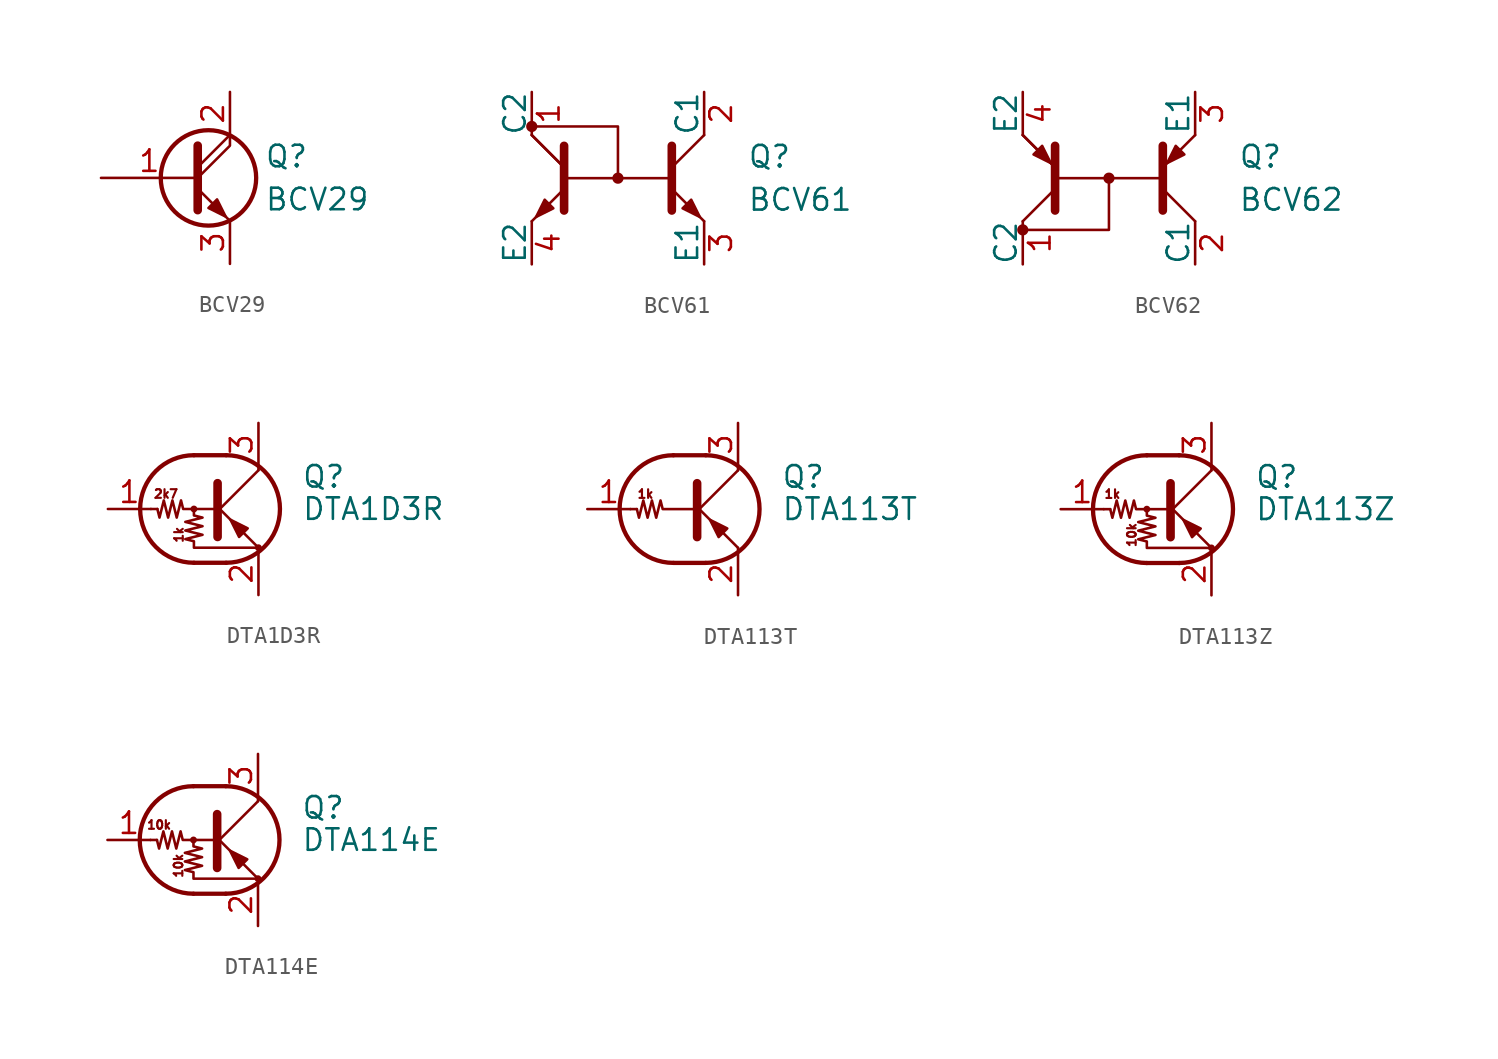
<source format=kicad_sym>
(kicad_symbol_lib
  (version 20201005)
  (generator kicad_symbol_editor)
  (symbol "BCV29"
    (pin_names
      (offset 0) hide)
    (property "Reference" "Q"
      (at 4.572 1.27 0)
      (effects (font (size 1.27 1.27)) (justify left)))
    (property "Value" "BCV29"
      (at 4.572 -1.27 0)
      (effects (font (size 1.27 1.27)) (justify left)))
    (symbol "BCV29_0_1"
      (circle (center 1.27 0) (radius 2.819) (stroke (width 0.254)) (fill (type none)))
      (polyline (pts (xy 0.635 0.635) (xy 2.54 2.54)) (stroke (width 0)) (fill (type none)))
      (polyline (pts (xy 0.635 -0.635) (xy 2.54 -2.54) (xy 2.54 -2.54)) (stroke (width 0)) (fill (type none)))
      (polyline (pts (xy 0.635 0) (xy 2.54 1.905) (xy 2.54 2.54)) (stroke (width 0)) (fill (type none)))
      (polyline (pts (xy 0.635 1.905) (xy 0.635 -1.905) (xy 0.635 -1.905)) (stroke (width 0.508)) (fill (type none)))
      (polyline (pts (xy 1.27 -1.778) (xy 1.778 -1.27) (xy 2.286 -2.286) (xy 1.27 -1.778) (xy 1.27 -1.778)) (stroke (width 0)) (fill (type outline))))
    (symbol "BCV29_1_1"
      (pin input line (at -5.08 0 0) (length 5.715) (name "B" (effects (font (size 1.27 1.27)))) (number "1" (effects (font (size 1.27 1.27)))))
      (pin passive line (at 2.54 5.08 270) (length 2.54) (name "C" (effects (font (size 1.27 1.27)))) (number "2" (effects (font (size 1.27 1.27)))))
      (pin passive line (at 2.54 -5.08 90) (length 2.54) (name "E" (effects (font (size 1.27 1.27)))) (number "3" (effects (font (size 1.27 1.27)))))))
  (symbol "BCV61"
    (pin_names
      (offset 0))
    (property "Reference" "Q"
      (at 7.62 1.27 0)
      (effects (font (size 1.27 1.27)) (justify left)))
    (property "Value" "BCV61"
      (at 7.62 -1.27 0)
      (effects (font (size 1.27 1.27)) (justify left)))
    (symbol "BCV61_0_1"
      (circle (center -5.08 3.048) (radius 0.254) (stroke (width 0)) (fill (type outline)))
      (circle (center 0 0) (radius 0.254) (stroke (width 0)) (fill (type outline)))
      (polyline (pts (xy -5.08 -2.54) (xy -3.175 -0.635)) (stroke (width 0)) (fill (type none)))
      (polyline (pts (xy -5.08 2.54) (xy -3.175 0.635)) (stroke (width 0)) (fill (type none)))
      (polyline (pts (xy -5.08 2.54) (xy -3.175 0.635)) (stroke (width 0)) (fill (type none)))
      (polyline (pts (xy 3.175 0) (xy -3.175 0)) (stroke (width 0)) (fill (type none)))
      (polyline (pts (xy 5.08 -2.54) (xy 3.175 -0.635)) (stroke (width 0)) (fill (type none)))
      (polyline (pts (xy 5.08 2.54) (xy 3.175 0.635)) (stroke (width 0)) (fill (type none)))
      (polyline (pts (xy 0 0) (xy 0 3.048) (xy -5.08 3.048)) (stroke (width 0)) (fill (type none)))
      (polyline (pts (xy -3.175 -1.905) (xy -3.175 1.905) (xy -3.175 1.905)) (stroke (width 0.508)) (fill (type outline)))
      (polyline (pts (xy 3.175 -1.905) (xy 3.175 1.905) (xy 3.175 1.905)) (stroke (width 0.508)) (fill (type outline)))
      (polyline (pts (xy -3.81 -1.778) (xy -4.318 -1.27) (xy -4.826 -2.286) (xy -3.81 -1.778) (xy -3.81 -1.778)) (stroke (width 0)) (fill (type outline)))
      (polyline (pts (xy 3.81 -1.778) (xy 4.318 -1.27) (xy 4.826 -2.286) (xy 3.81 -1.778) (xy 3.81 -1.778)) (stroke (width 0)) (fill (type outline))))
    (symbol "BCV61_1_1"
      (pin passive line (at -5.08 5.08 270) (length 2.54) (name "C2" (effects (font (size 1.27 1.27)))) (number "1" (effects (font (size 1.27 1.27)))))
      (pin passive line (at 5.08 5.08 270) (length 2.54) (name "C1" (effects (font (size 1.27 1.27)))) (number "2" (effects (font (size 1.27 1.27)))))
      (pin passive line (at 5.08 -5.08 90) (length 2.54) (name "E1" (effects (font (size 1.27 1.27)))) (number "3" (effects (font (size 1.27 1.27)))))
      (pin passive line (at -5.08 -5.08 90) (length 2.54) (name "E2" (effects (font (size 1.27 1.27)))) (number "4" (effects (font (size 1.27 1.27)))))))
  (symbol "BCV62"
    (pin_names
      (offset 0))
    (property "Reference" "Q"
      (at 7.62 1.27 0)
      (effects (font (size 1.27 1.27)) (justify left)))
    (property "Value" "BCV62"
      (at 7.62 -1.27 0)
      (effects (font (size 1.27 1.27)) (justify left)))
    (symbol "BCV62_0_1"
      (circle (center -5.08 -3.048) (radius 0.254) (stroke (width 0)) (fill (type outline)))
      (circle (center 0 0) (radius 0.254) (stroke (width 0)) (fill (type outline)))
      (polyline (pts (xy -5.08 -2.54) (xy -3.175 -0.635)) (stroke (width 0)) (fill (type none)))
      (polyline (pts (xy -5.08 2.54) (xy -3.175 0.635)) (stroke (width 0)) (fill (type none)))
      (polyline (pts (xy -5.08 2.54) (xy -3.175 0.635)) (stroke (width 0)) (fill (type none)))
      (polyline (pts (xy 3.175 0) (xy -3.175 0)) (stroke (width 0)) (fill (type none)))
      (polyline (pts (xy 5.08 -2.54) (xy 3.175 -0.635)) (stroke (width 0)) (fill (type none)))
      (polyline (pts (xy 5.08 2.54) (xy 3.175 0.635)) (stroke (width 0)) (fill (type none)))
      (polyline (pts (xy 0 0) (xy 0 -3.048) (xy -5.08 -3.048)) (stroke (width 0)) (fill (type none)))
      (polyline (pts (xy -3.175 -1.905) (xy -3.175 1.905) (xy -3.175 1.905)) (stroke (width 0.508)) (fill (type outline)))
      (polyline (pts (xy 3.175 -1.905) (xy 3.175 1.905) (xy 3.175 1.905)) (stroke (width 0.508)) (fill (type outline)))
      (polyline (pts (xy -3.937 1.905) (xy -4.445 1.397) (xy -3.429 0.889) (xy -3.937 1.905) (xy -3.937 1.905)) (stroke (width 0)) (fill (type outline)))
      (polyline (pts (xy 3.937 1.905) (xy 4.445 1.397) (xy 3.429 0.889) (xy 3.937 1.905) (xy 3.937 1.905)) (stroke (width 0)) (fill (type outline))))
    (symbol "BCV62_1_1"
      (pin passive line (at -5.08 -5.08 90) (length 2.54) (name "C2" (effects (font (size 1.27 1.27)))) (number "1" (effects (font (size 1.27 1.27)))))
      (pin passive line (at 5.08 -5.08 90) (length 2.54) (name "C1" (effects (font (size 1.27 1.27)))) (number "2" (effects (font (size 1.27 1.27)))))
      (pin passive line (at 5.08 5.08 270) (length 2.54) (name "E1" (effects (font (size 1.27 1.27)))) (number "3" (effects (font (size 1.27 1.27)))))
      (pin passive line (at -5.08 5.08 270) (length 2.54) (name "E2" (effects (font (size 1.27 1.27)))) (number "4" (effects (font (size 1.27 1.27)))))))
  (symbol "DTA1D3R"
    (pin_names
      (offset 0) hide)
    (property "Reference" "Q"
      (at 5.08 1.905 0)
      (effects (font (size 1.27 1.27)) (justify left)))
    (property "Value" "DTA1D3R"
      (at 5.08 0 0)
      (effects (font (size 1.27 1.27)) (justify left)))
    (symbol "DTA1D3R_0_0"
      (text "1k" (at -2.159 -1.524 900) (effects (font (size 0.508 0.508))))
      (text "2k7" (at -2.921 0.889 0) (effects (font (size 0.508 0.508)))))
    (symbol "DTA1D3R_0_1"
      (arc (start -1.27 3.175) (end -1.27 -3.175) (radius (at -1.27 0) (length 3.175) (angles 90.1 -90.1)) (stroke (width 0.254)) (fill (type none)))
      (arc (start 0.635 -3.175) (end 0.635 3.175) (radius (at 0.635 0) (length 3.175) (angles -89.9 89.9)) (stroke (width 0.254)) (fill (type none)))
      (circle (center -1.27 0) (radius 0.127) (stroke (width 0)) (fill (type none)))
      (circle (center 2.54 -2.286) (radius 0.127) (stroke (width 0)) (fill (type none)))
      (polyline (pts (xy -3.429 0) (xy -3.81 0)) (stroke (width 0)) (fill (type none)))
      (polyline (pts (xy -1.27 -3.175) (xy 0.635 -3.175)) (stroke (width 0.254)) (fill (type none)))
      (polyline (pts (xy -1.27 3.175) (xy 0.635 3.175)) (stroke (width 0.254)) (fill (type none)))
      (polyline (pts (xy 0 -0.254) (xy 2.54 2.286)) (stroke (width 0)) (fill (type none)))
      (polyline (pts (xy 2.54 2.286) (xy 2.54 2.54)) (stroke (width 0)) (fill (type none)))
      (polyline (pts (xy 2.54 -2.286) (xy 0 0.254) (xy 0 0.254)) (stroke (width 0)) (fill (type none)))
      (polyline (pts (xy 0 0) (xy -1.905 0) (xy -2.032 0.508) (xy -2.286 -0.508) (xy -2.54 0.508) (xy -2.794 -0.508) (xy -3.048 0.508) (xy -3.302 -0.508) (xy -3.429 0)) (stroke (width 0)) (fill (type none)))
      (polyline (pts (xy -1.27 0) (xy -1.27 -0.381) (xy -0.762 -0.508) (xy -1.778 -0.762) (xy -0.762 -1.016) (xy -1.778 -1.27) (xy -0.762 -1.524) (xy -1.778 -1.778) (xy -1.27 -1.905) (xy -1.27 -2.286) (xy 2.54 -2.286)) (stroke (width 0)) (fill (type none)))
      (polyline (pts (xy 0.127 1.524) (xy 0.127 -1.651)) (stroke (width 0.508)) (fill (type outline)))
      (polyline (pts (xy 1.397 -1.651) (xy 1.905 -1.143) (xy 0.889 -0.635) (xy 1.397 -1.651)) (stroke (width 0)) (fill (type outline))))
    (symbol "DTA1D3R_1_1"
      (pin input line (at -6.35 0 0) (length 2.54) (name "B" (effects (font (size 1.27 1.27)))) (number "1" (effects (font (size 1.27 1.27)))))
      (pin passive line (at 2.54 -5.08 90) (length 2.54) (name "E" (effects (font (size 1.27 1.27)))) (number "2" (effects (font (size 1.27 1.27)))))
      (pin passive line (at 2.54 5.08 270) (length 2.54) (name "C" (effects (font (size 1.27 1.27)))) (number "3" (effects (font (size 1.27 1.27)))))))
  (symbol "DTA113T"
    (pin_names
      (offset 0) hide)
    (property "Reference" "Q"
      (at 5.08 1.905 0)
      (effects (font (size 1.27 1.27)) (justify left)))
    (property "Value" "DTA113T"
      (at 5.08 0 0)
      (effects (font (size 1.27 1.27)) (justify left)))
    (symbol "DTA113T_0_0"
      (text "1k" (at -2.921 0.889 0) (effects (font (size 0.508 0.508))))
      (polyline (pts (xy 2.54 -2.286) (xy 2.54 -2.54)) (stroke (width 0)) (fill (type none))))
    (symbol "DTA113T_0_1"
      (arc (start -1.27 3.175) (end -1.27 -3.175) (radius (at -1.27 0) (length 3.175) (angles 90.1 -90.1)) (stroke (width 0.254)) (fill (type none)))
      (arc (start 0.635 -3.175) (end 0.635 3.175) (radius (at 0.635 0) (length 3.175) (angles -89.9 89.9)) (stroke (width 0.254)) (fill (type none)))
      (polyline (pts (xy -3.429 0) (xy -3.81 0)) (stroke (width 0)) (fill (type none)))
      (polyline (pts (xy -1.27 -3.175) (xy 0.635 -3.175)) (stroke (width 0.254)) (fill (type none)))
      (polyline (pts (xy -1.27 3.175) (xy 0.635 3.175)) (stroke (width 0.254)) (fill (type none)))
      (polyline (pts (xy 0 -0.254) (xy 2.54 2.286)) (stroke (width 0)) (fill (type none)))
      (polyline (pts (xy 2.54 2.286) (xy 2.54 2.54)) (stroke (width 0)) (fill (type none)))
      (polyline (pts (xy 2.54 -2.286) (xy 0 0.254) (xy 0 0.254)) (stroke (width 0)) (fill (type none)))
      (polyline (pts (xy 0 0) (xy -1.905 0) (xy -2.032 0.508) (xy -2.286 -0.508) (xy -2.54 0.508) (xy -2.794 -0.508) (xy -3.048 0.508) (xy -3.302 -0.508) (xy -3.429 0)) (stroke (width 0)) (fill (type none)))
      (polyline (pts (xy 0.127 1.524) (xy 0.127 -1.651)) (stroke (width 0.508)) (fill (type outline)))
      (polyline (pts (xy 1.397 -1.651) (xy 1.905 -1.143) (xy 0.889 -0.635) (xy 1.397 -1.651)) (stroke (width 0)) (fill (type outline))))
    (symbol "DTA113T_1_1"
      (pin input line (at -6.35 0 0) (length 2.54) (name "B" (effects (font (size 1.27 1.27)))) (number "1" (effects (font (size 1.27 1.27)))))
      (pin passive line (at 2.54 -5.08 90) (length 2.54) (name "E" (effects (font (size 1.27 1.27)))) (number "2" (effects (font (size 1.27 1.27)))))
      (pin passive line (at 2.54 5.08 270) (length 2.54) (name "C" (effects (font (size 1.27 1.27)))) (number "3" (effects (font (size 1.27 1.27)))))))
  (symbol "DTA113Z"
    (pin_names
      (offset 0) hide)
    (property "Reference" "Q"
      (at 5.08 1.905 0)
      (effects (font (size 1.27 1.27)) (justify left)))
    (property "Value" "DTA113Z"
      (at 5.08 0 0)
      (effects (font (size 1.27 1.27)) (justify left)))
    (symbol "DTA113Z_0_0"
      (text "10k" (at -2.159 -1.524 900) (effects (font (size 0.508 0.508))))
      (text "1k" (at -3.302 0.889 0) (effects (font (size 0.508 0.508)))))
    (symbol "DTA113Z_0_1"
      (arc (start -1.27 3.175) (end -1.27 -3.175) (radius (at -1.27 0) (length 3.175) (angles 90.1 -90.1)) (stroke (width 0.254)) (fill (type none)))
      (arc (start 0.635 -3.175) (end 0.635 3.175) (radius (at 0.635 0) (length 3.175) (angles -89.9 89.9)) (stroke (width 0.254)) (fill (type none)))
      (circle (center -1.27 0) (radius 0.127) (stroke (width 0)) (fill (type none)))
      (circle (center 2.54 -2.286) (radius 0.127) (stroke (width 0)) (fill (type none)))
      (polyline (pts (xy -3.429 0) (xy -3.81 0)) (stroke (width 0)) (fill (type none)))
      (polyline (pts (xy -1.27 -3.175) (xy 0.635 -3.175)) (stroke (width 0.254)) (fill (type none)))
      (polyline (pts (xy -1.27 3.175) (xy 0.635 3.175)) (stroke (width 0.254)) (fill (type none)))
      (polyline (pts (xy 0 -0.254) (xy 2.54 2.286)) (stroke (width 0)) (fill (type none)))
      (polyline (pts (xy 2.54 2.286) (xy 2.54 2.54)) (stroke (width 0)) (fill (type none)))
      (polyline (pts (xy 2.54 -2.286) (xy 0 0.254) (xy 0 0.254)) (stroke (width 0)) (fill (type none)))
      (polyline (pts (xy 0 0) (xy -1.905 0) (xy -2.032 0.508) (xy -2.286 -0.508) (xy -2.54 0.508) (xy -2.794 -0.508) (xy -3.048 0.508) (xy -3.302 -0.508) (xy -3.429 0)) (stroke (width 0)) (fill (type none)))
      (polyline (pts (xy -1.27 0) (xy -1.27 -0.381) (xy -0.762 -0.508) (xy -1.778 -0.762) (xy -0.762 -1.016) (xy -1.778 -1.27) (xy -0.762 -1.524) (xy -1.778 -1.778) (xy -1.27 -1.905) (xy -1.27 -2.286) (xy 2.54 -2.286)) (stroke (width 0)) (fill (type none)))
      (polyline (pts (xy 0.127 1.524) (xy 0.127 -1.651)) (stroke (width 0.508)) (fill (type outline)))
      (polyline (pts (xy 1.397 -1.651) (xy 1.905 -1.143) (xy 0.889 -0.635) (xy 1.397 -1.651)) (stroke (width 0)) (fill (type outline))))
    (symbol "DTA113Z_1_1"
      (pin input line (at -6.35 0 0) (length 2.54) (name "B" (effects (font (size 1.27 1.27)))) (number "1" (effects (font (size 1.27 1.27)))))
      (pin passive line (at 2.54 -5.08 90) (length 2.54) (name "E" (effects (font (size 1.27 1.27)))) (number "2" (effects (font (size 1.27 1.27)))))
      (pin passive line (at 2.54 5.08 270) (length 2.54) (name "C" (effects (font (size 1.27 1.27)))) (number "3" (effects (font (size 1.27 1.27)))))))
  (symbol "DTA114E"
    (pin_names
      (offset 0) hide)
    (property "Reference" "Q"
      (at 5.08 1.905 0)
      (effects (font (size 1.27 1.27)) (justify left)))
    (property "Value" "DTA114E"
      (at 5.08 0 0)
      (effects (font (size 1.27 1.27)) (justify left)))
    (symbol "DTA114E_0_0"
      (text "10k" (at -3.302 0.889 0) (effects (font (size 0.508 0.508))))
      (text "10k" (at -2.159 -1.524 900) (effects (font (size 0.508 0.508)))))
    (symbol "DTA114E_0_1"
      (arc (start -1.27 3.175) (end -1.27 -3.175) (radius (at -1.27 0) (length 3.175) (angles 90.1 -90.1)) (stroke (width 0.254)) (fill (type none)))
      (arc (start 0.635 -3.175) (end 0.635 3.175) (radius (at 0.635 0) (length 3.175) (angles -89.9 89.9)) (stroke (width 0.254)) (fill (type none)))
      (circle (center -1.27 0) (radius 0.127) (stroke (width 0)) (fill (type none)))
      (circle (center 2.54 -2.286) (radius 0.127) (stroke (width 0)) (fill (type none)))
      (polyline (pts (xy -3.429 0) (xy -3.81 0)) (stroke (width 0)) (fill (type none)))
      (polyline (pts (xy -1.27 -3.175) (xy 0.635 -3.175)) (stroke (width 0.254)) (fill (type none)))
      (polyline (pts (xy -1.27 3.175) (xy 0.635 3.175)) (stroke (width 0.254)) (fill (type none)))
      (polyline (pts (xy 0 -0.254) (xy 2.54 2.286)) (stroke (width 0)) (fill (type none)))
      (polyline (pts (xy 2.54 2.286) (xy 2.54 2.54)) (stroke (width 0)) (fill (type none)))
      (polyline (pts (xy 2.54 -2.286) (xy 0 0.254) (xy 0 0.254)) (stroke (width 0)) (fill (type none)))
      (polyline (pts (xy 0 0) (xy -1.905 0) (xy -2.032 0.508) (xy -2.286 -0.508) (xy -2.54 0.508) (xy -2.794 -0.508) (xy -3.048 0.508) (xy -3.302 -0.508) (xy -3.429 0)) (stroke (width 0)) (fill (type none)))
      (polyline (pts (xy -1.27 0) (xy -1.27 -0.381) (xy -0.762 -0.508) (xy -1.778 -0.762) (xy -0.762 -1.016) (xy -1.778 -1.27) (xy -0.762 -1.524) (xy -1.778 -1.778) (xy -1.27 -1.905) (xy -1.27 -2.286) (xy 2.54 -2.286)) (stroke (width 0)) (fill (type none)))
      (polyline (pts (xy 0.127 1.524) (xy 0.127 -1.651)) (stroke (width 0.508)) (fill (type outline)))
      (polyline (pts (xy 1.397 -1.651) (xy 1.905 -1.143) (xy 0.889 -0.635) (xy 1.397 -1.651)) (stroke (width 0)) (fill (type outline))))
    (symbol "DTA114E_1_1"
      (pin input line (at -6.35 0 0) (length 2.54) (name "B" (effects (font (size 1.27 1.27)))) (number "1" (effects (font (size 1.27 1.27)))))
      (pin passive line (at 2.54 -5.08 90) (length 2.54) (name "E" (effects (font (size 1.27 1.27)))) (number "2" (effects (font (size 1.27 1.27)))))
      (pin passive line (at 2.54 5.08 270) (length 2.54) (name "C" (effects (font (size 1.27 1.27)))) (number "3" (effects (font (size 1.27 1.27))))))))
</source>
